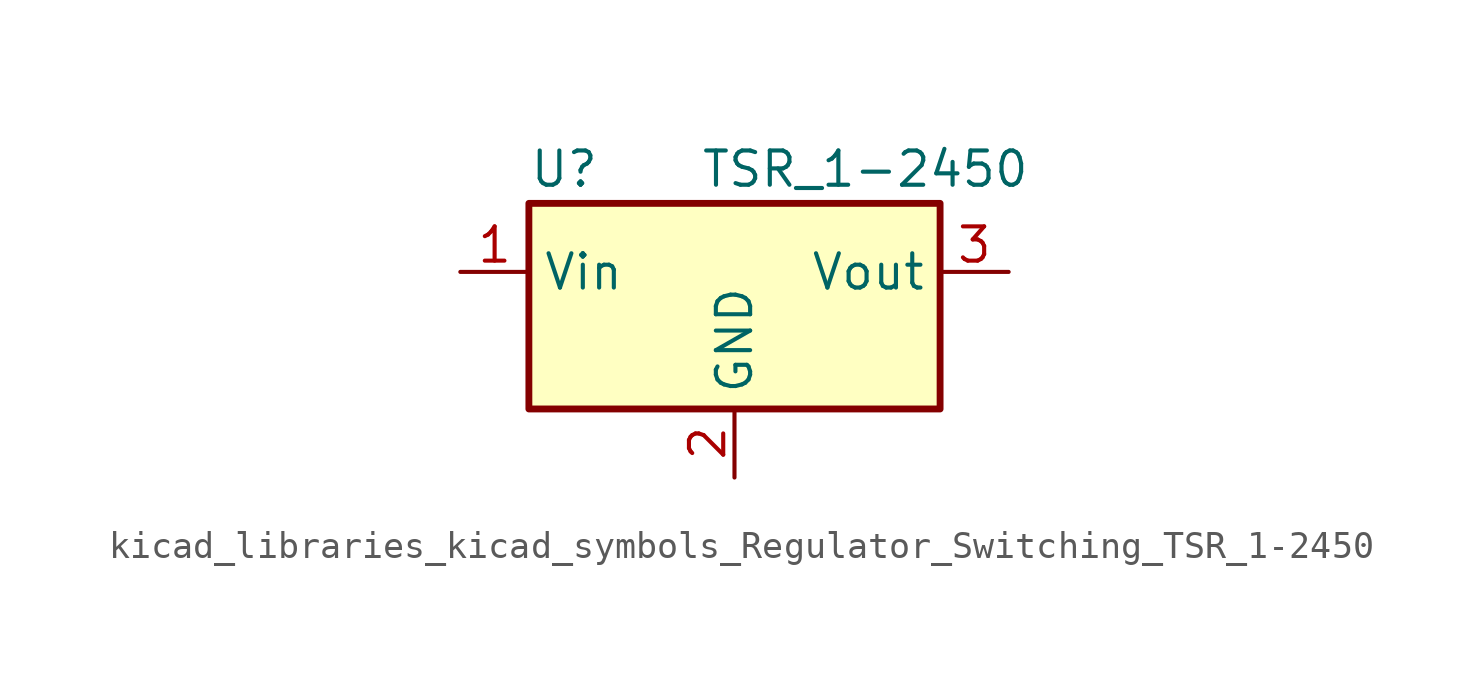
<source format=kicad_sym>
(kicad_symbol_lib
  (version 20220914)
  (generator kicad_symbol_editor)
  (symbol "kicad_libraries_kicad_symbols_Regulator_Switching_TSR_1-2450"
    (property "Reference" "U"
      (at -7.62 6.35 0)
      (effects (font (size 1.27 1.27)) (justify left)))
    (property "Value" "TSR_1-2450"
      (at -1.27 6.35 0)
      (effects (font (size 1.27 1.27)) (justify left)))
    (symbol "kicad_libraries_kicad_symbols_Regulator_Switching_TSR_1-2450_0_1"
      (rectangle (start -7.62 5.08) (end 7.62 -2.54) (stroke (width 0.254) (type default)) (fill (type background))))
    (symbol "kicad_libraries_kicad_symbols_Regulator_Switching_TSR_1-2450_1_1"
      (pin power_in line (at -10.16 2.54 0) (length 2.54) (name "Vin" (effects (font (size 1.27 1.27)))) (number "1" (effects (font (size 1.27 1.27)))))
      (pin power_in line (at 0 -5.08 90) (length 2.54) (name "GND" (effects (font (size 1.27 1.27)))) (number "2" (effects (font (size 1.27 1.27)))))
      (pin power_out line (at 10.16 2.54 180) (length 2.54) (name "Vout" (effects (font (size 1.27 1.27)))) (number "3" (effects (font (size 1.27 1.27))))))))
</source>
